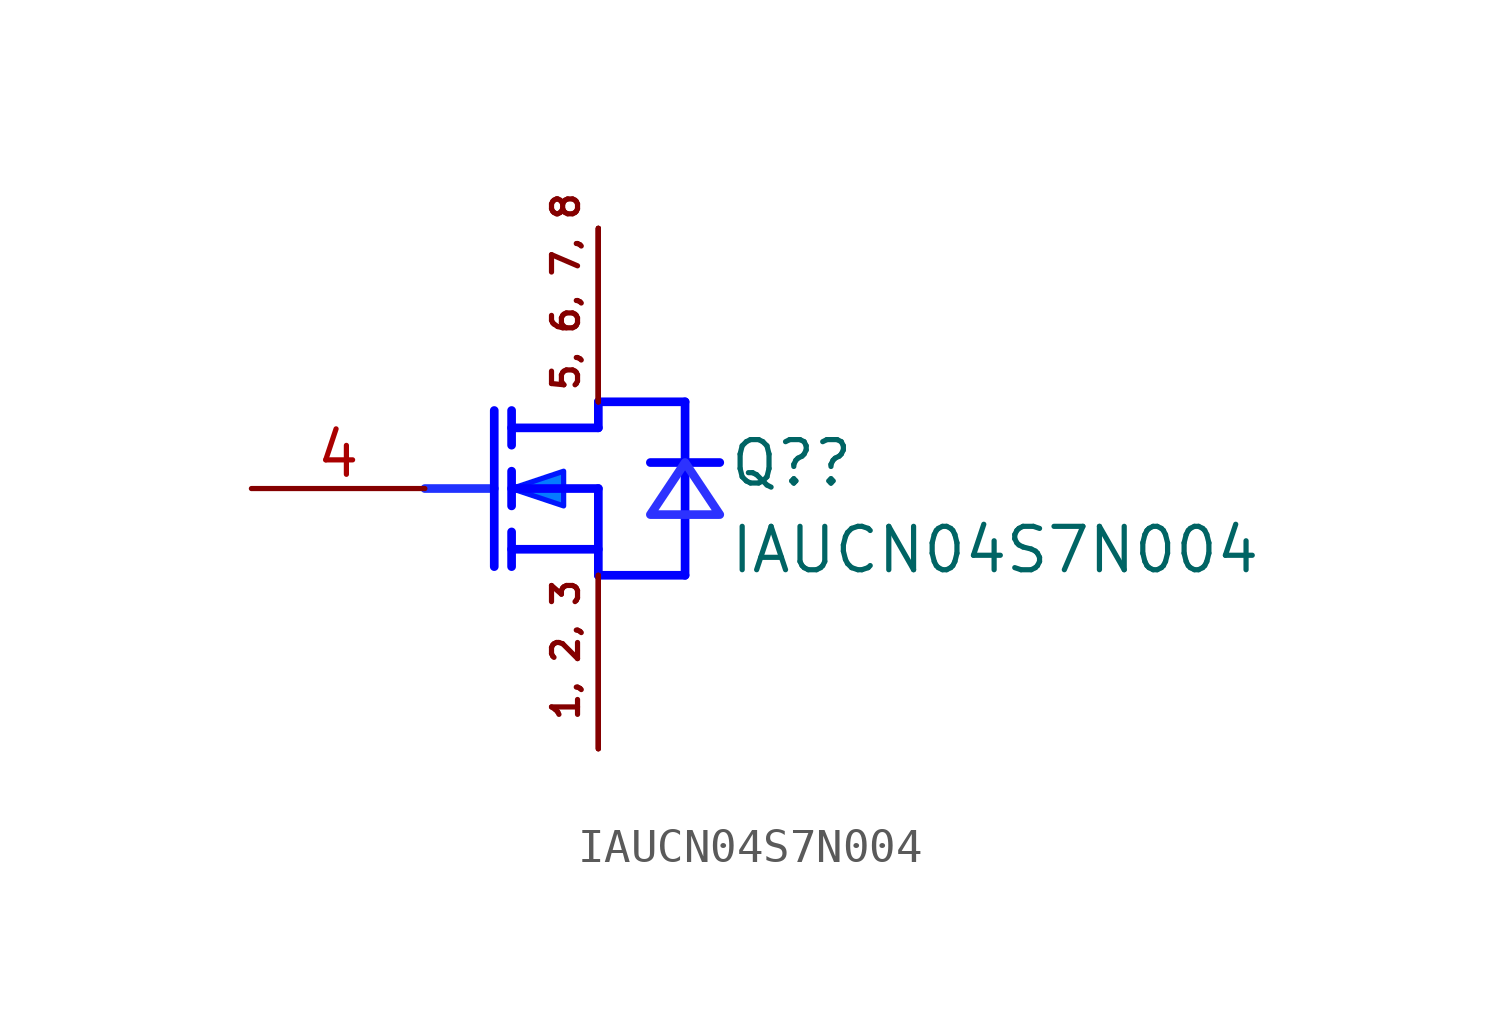
<source format=kicad_sym>
(kicad_symbol_lib
  (version 20220914)
  (generator kicad_symbol_editor)
  (symbol "IAUCN04S7N004"
    (property "Reference" "Q?"
      (at 8.89 -2.54 0)
      (effects (font (size 1.27 1.27)) (justify left bottom)))
    (property "Value" "IAUCN04S7N004"
      (at 8.89 -5.08 0)
      (effects (font (size 1.27 1.27)) (justify left bottom)))
    (symbol "IAUCN04S7N004_1_0"
      (polyline (pts (xy 0 -2.54) (xy 2.032 -2.54)) (stroke (width 0.254) (type solid) (color 32 50 255 1)) (fill (type none)))
      (polyline (pts (xy 2.032 -0.254) (xy 2.032 -4.826)) (stroke (width 0.254) (type solid) (color 0 0 255 1)) (fill (type none)))
      (polyline (pts (xy 2.54 -4.826) (xy 2.54 -3.81)) (stroke (width 0.254) (type solid) (color 0 0 255 1)) (fill (type none)))
      (polyline (pts (xy 2.54 -3.048) (xy 2.54 -2.032)) (stroke (width 0.254) (type solid) (color 0 0 255 1)) (fill (type none)))
      (polyline (pts (xy 2.54 -0.254) (xy 2.54 -1.27)) (stroke (width 0.254) (type solid) (color 0 0 255 1)) (fill (type none)))
      (polyline (pts (xy 5.08 -5.08) (xy 7.62 -5.08)) (stroke (width 0.254) (type solid) (color 0 0 255 1)) (fill (type none)))
      (polyline (pts (xy 5.08 -4.318) (xy 2.54 -4.318)) (stroke (width 0.254) (type solid) (color 0 0 255 1)) (fill (type none)))
      (polyline (pts (xy 5.08 -2.54) (xy 2.54 -2.54)) (stroke (width 0.254) (type solid) (color 0 0 255 1)) (fill (type none)))
      (polyline (pts (xy 5.08 -2.54) (xy 5.08 -5.08)) (stroke (width 0.254) (type solid) (color 0 0 255 1)) (fill (type none)))
      (polyline (pts (xy 5.08 -0.762) (xy 2.54 -0.762)) (stroke (width 0.254) (type solid) (color 0 0 255 1)) (fill (type none)))
      (polyline (pts (xy 5.08 -0.762) (xy 5.08 0)) (stroke (width 0.254) (type solid) (color 0 0 255 1)) (fill (type none)))
      (polyline (pts (xy 5.08 0) (xy 7.62 0)) (stroke (width 0.254) (type solid) (color 0 0 255 1)) (fill (type none)))
      (polyline (pts (xy 6.604 -1.778) (xy 8.636 -1.778)) (stroke (width 0.254) (type solid) (color 0 0 255 1)) (fill (type none)))
      (polyline (pts (xy 7.62 0) (xy 7.62 -5.08)) (stroke (width 0.254) (type solid) (color 0 0 255 1)) (fill (type none)))
      (polyline (pts (xy 2.54 -2.54) (xy 4.064 -3.048) (xy 4.064 -2.032) (xy 2.54 -2.54)) (stroke (width 0) (type solid) (color 0 22 255 1)) (fill (type color) (color 5 123 255 1)))
      (polyline (pts (xy 7.62 -1.778) (xy 6.604 -3.302) (xy 8.636 -3.302) (xy 7.62 -1.778) (xy 7.62 -1.778)) (stroke (width 0.254) (type solid) (color 45 50 255 1)) (fill (type none)))
      (text "1, 2, 3" (at 4.572 -9.398 900) (effects (font (size 0.762 0.762)) (justify left bottom)))
      (text "5, 6, 7, 8" (at 4.572 0.254 900) (effects (font (size 0.762 0.762)) (justify left bottom)))
      (pin passive line (at 5.08 -10.16 90) (length 5.08) (name "SOURCE" (effects (font (size 0 0)))) (number "1" (effects (font (size 0 0)))))
      (pin passive line (at 5.08 -10.16 90) (length 5.08) (name "SOURCE" (effects (font (size 0 0)))) (number "2" (effects (font (size 0 0)))))
      (pin passive line (at 5.08 -10.16 90) (length 5.08) (name "SOURCE" (effects (font (size 0 0)))) (number "3" (effects (font (size 0 0)))))
      (pin passive line (at -5.08 -2.54 0) (length 5.08) (name "GATE" (effects (font (size 0 0)))) (number "4" (effects (font (size 1.27 1.27)))))
      (pin passive line (at 5.08 5.08 270) (length 5.08) (name "DRAIN" (effects (font (size 0 0)))) (number "5" (effects (font (size 0 0)))))
      (pin passive line (at 5.08 5.08 270) (length 5.08) (name "DRAIN" (effects (font (size 0 0)))) (number "6" (effects (font (size 0 0)))))
      (pin passive line (at 5.08 5.08 270) (length 5.08) (name "DRAIN" (effects (font (size 0 0)))) (number "7" (effects (font (size 0 0)))))
      (pin passive line (at 5.08 5.08 270) (length 5.08) (name "DRAIN" (effects (font (size 0 0)))) (number "8" (effects (font (size 0 0))))))))
</source>
